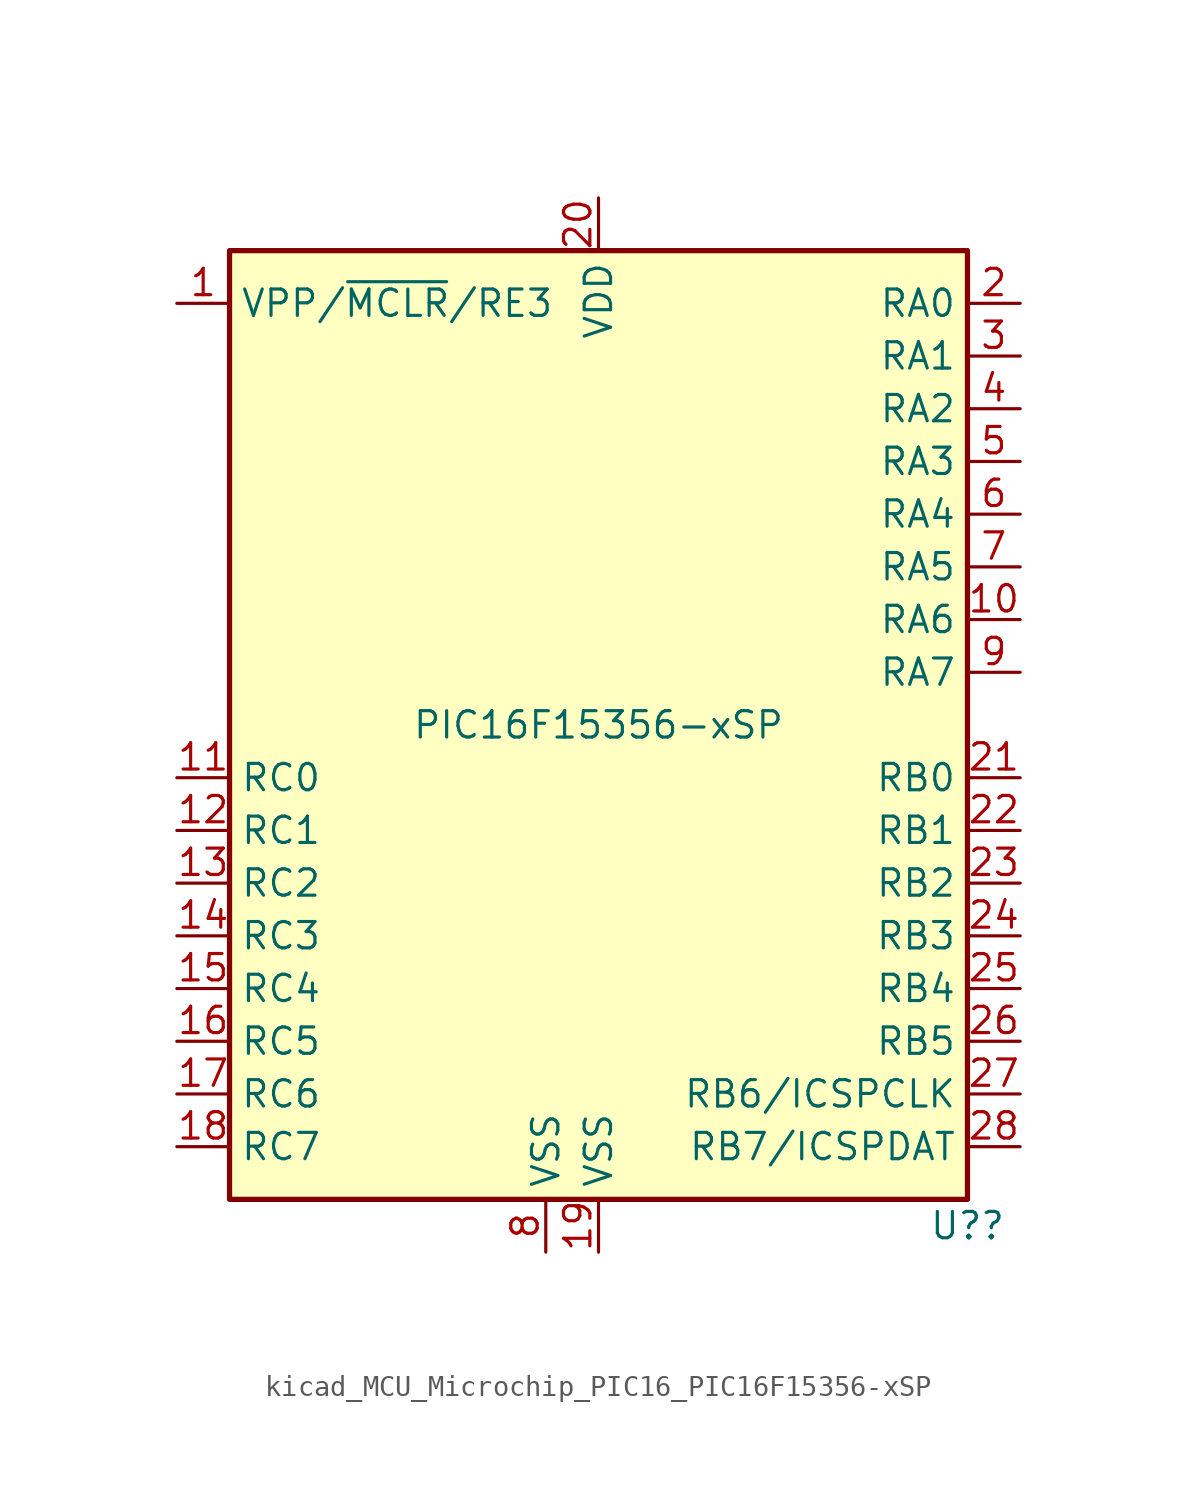
<source format=kicad_sym>
(kicad_symbol_lib
  (version 20220914)
  (generator kicad_symbol_editor)
  (symbol "kicad_MCU_Microchip_PIC16_PIC16F15356-xSP"
    (property "Reference" "U?"
      (at 17.78 -24.13 0)
      (effects (font (size 1.27 1.27))))
    (property "Value" "PIC16F15356-xSP"
      (at 0 0 0)
      (effects (font (size 1.27 1.27))))
    (symbol "kicad_MCU_Microchip_PIC16_PIC16F15356-xSP_0_1"
      (rectangle (start 17.78 22.86) (end -17.78 -22.86) (stroke (width 0.254) (type default)) (fill (type background))))
    (symbol "kicad_MCU_Microchip_PIC16_PIC16F15356-xSP_1_1"
      (pin bidirectional line (at -20.32 20.32 0) (length 2.54) (name "VPP/~{MCLR}/RE3" (effects (font (size 1.27 1.27)))) (number "1" (effects (font (size 1.27 1.27)))))
      (pin bidirectional line (at 20.32 5.08 180) (length 2.54) (name "RA6" (effects (font (size 1.27 1.27)))) (number "10" (effects (font (size 1.27 1.27)))))
      (pin bidirectional line (at -20.32 -2.54 0) (length 2.54) (name "RC0" (effects (font (size 1.27 1.27)))) (number "11" (effects (font (size 1.27 1.27)))))
      (pin bidirectional line (at -20.32 -5.08 0) (length 2.54) (name "RC1" (effects (font (size 1.27 1.27)))) (number "12" (effects (font (size 1.27 1.27)))))
      (pin bidirectional line (at -20.32 -7.62 0) (length 2.54) (name "RC2" (effects (font (size 1.27 1.27)))) (number "13" (effects (font (size 1.27 1.27)))))
      (pin bidirectional line (at -20.32 -10.16 0) (length 2.54) (name "RC3" (effects (font (size 1.27 1.27)))) (number "14" (effects (font (size 1.27 1.27)))))
      (pin bidirectional line (at -20.32 -12.7 0) (length 2.54) (name "RC4" (effects (font (size 1.27 1.27)))) (number "15" (effects (font (size 1.27 1.27)))))
      (pin bidirectional line (at -20.32 -15.24 0) (length 2.54) (name "RC5" (effects (font (size 1.27 1.27)))) (number "16" (effects (font (size 1.27 1.27)))))
      (pin bidirectional line (at -20.32 -17.78 0) (length 2.54) (name "RC6" (effects (font (size 1.27 1.27)))) (number "17" (effects (font (size 1.27 1.27)))))
      (pin bidirectional line (at -20.32 -20.32 0) (length 2.54) (name "RC7" (effects (font (size 1.27 1.27)))) (number "18" (effects (font (size 1.27 1.27)))))
      (pin power_in line (at 0 -25.4 90) (length 2.54) (name "VSS" (effects (font (size 1.27 1.27)))) (number "19" (effects (font (size 1.27 1.27)))))
      (pin bidirectional line (at 20.32 20.32 180) (length 2.54) (name "RA0" (effects (font (size 1.27 1.27)))) (number "2" (effects (font (size 1.27 1.27)))))
      (pin power_in line (at 0 25.4 270) (length 2.54) (name "VDD" (effects (font (size 1.27 1.27)))) (number "20" (effects (font (size 1.27 1.27)))))
      (pin bidirectional line (at 20.32 -2.54 180) (length 2.54) (name "RB0" (effects (font (size 1.27 1.27)))) (number "21" (effects (font (size 1.27 1.27)))))
      (pin bidirectional line (at 20.32 -5.08 180) (length 2.54) (name "RB1" (effects (font (size 1.27 1.27)))) (number "22" (effects (font (size 1.27 1.27)))))
      (pin bidirectional line (at 20.32 -7.62 180) (length 2.54) (name "RB2" (effects (font (size 1.27 1.27)))) (number "23" (effects (font (size 1.27 1.27)))))
      (pin bidirectional line (at 20.32 -10.16 180) (length 2.54) (name "RB3" (effects (font (size 1.27 1.27)))) (number "24" (effects (font (size 1.27 1.27)))))
      (pin bidirectional line (at 20.32 -12.7 180) (length 2.54) (name "RB4" (effects (font (size 1.27 1.27)))) (number "25" (effects (font (size 1.27 1.27)))))
      (pin bidirectional line (at 20.32 -15.24 180) (length 2.54) (name "RB5" (effects (font (size 1.27 1.27)))) (number "26" (effects (font (size 1.27 1.27)))))
      (pin bidirectional line (at 20.32 -17.78 180) (length 2.54) (name "RB6/ICSPCLK" (effects (font (size 1.27 1.27)))) (number "27" (effects (font (size 1.27 1.27)))))
      (pin bidirectional line (at 20.32 -20.32 180) (length 2.54) (name "RB7/ICSPDAT" (effects (font (size 1.27 1.27)))) (number "28" (effects (font (size 1.27 1.27)))))
      (pin bidirectional line (at 20.32 17.78 180) (length 2.54) (name "RA1" (effects (font (size 1.27 1.27)))) (number "3" (effects (font (size 1.27 1.27)))))
      (pin bidirectional line (at 20.32 15.24 180) (length 2.54) (name "RA2" (effects (font (size 1.27 1.27)))) (number "4" (effects (font (size 1.27 1.27)))))
      (pin bidirectional line (at 20.32 12.7 180) (length 2.54) (name "RA3" (effects (font (size 1.27 1.27)))) (number "5" (effects (font (size 1.27 1.27)))))
      (pin bidirectional line (at 20.32 10.16 180) (length 2.54) (name "RA4" (effects (font (size 1.27 1.27)))) (number "6" (effects (font (size 1.27 1.27)))))
      (pin bidirectional line (at 20.32 7.62 180) (length 2.54) (name "RA5" (effects (font (size 1.27 1.27)))) (number "7" (effects (font (size 1.27 1.27)))))
      (pin power_in line (at -2.54 -25.4 90) (length 2.54) (name "VSS" (effects (font (size 1.27 1.27)))) (number "8" (effects (font (size 1.27 1.27)))))
      (pin bidirectional line (at 20.32 2.54 180) (length 2.54) (name "RA7" (effects (font (size 1.27 1.27)))) (number "9" (effects (font (size 1.27 1.27))))))))
</source>
